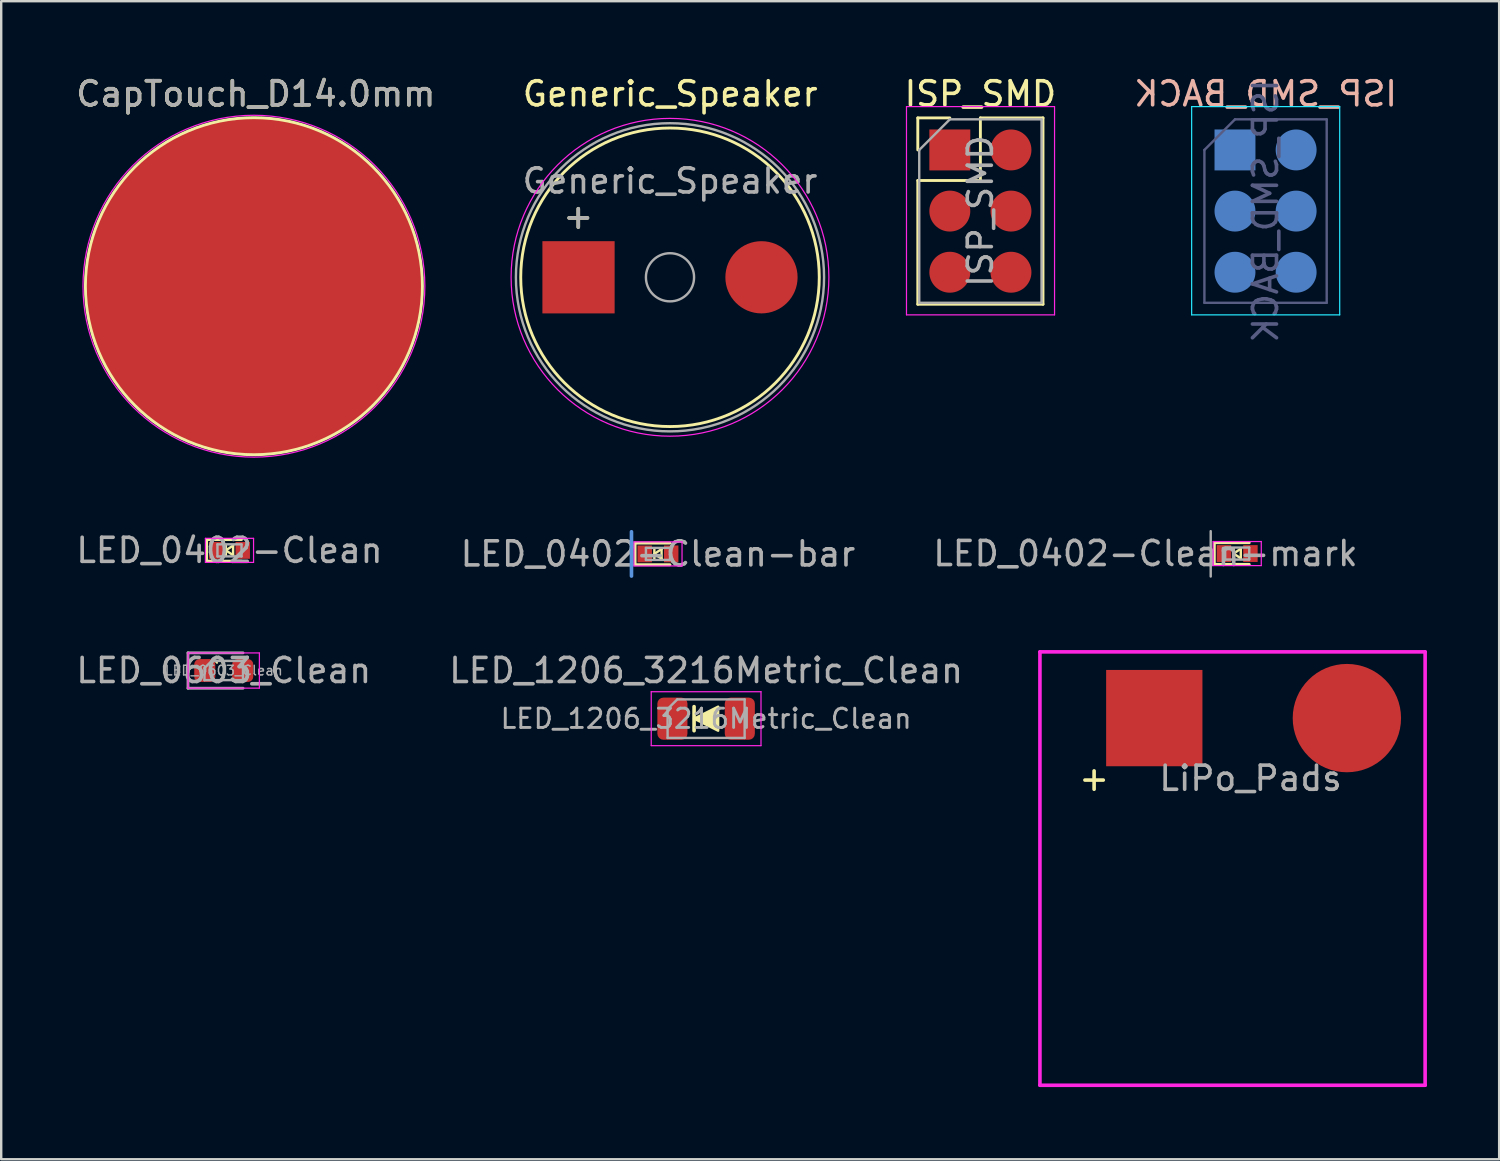
<source format=kicad_pcb>
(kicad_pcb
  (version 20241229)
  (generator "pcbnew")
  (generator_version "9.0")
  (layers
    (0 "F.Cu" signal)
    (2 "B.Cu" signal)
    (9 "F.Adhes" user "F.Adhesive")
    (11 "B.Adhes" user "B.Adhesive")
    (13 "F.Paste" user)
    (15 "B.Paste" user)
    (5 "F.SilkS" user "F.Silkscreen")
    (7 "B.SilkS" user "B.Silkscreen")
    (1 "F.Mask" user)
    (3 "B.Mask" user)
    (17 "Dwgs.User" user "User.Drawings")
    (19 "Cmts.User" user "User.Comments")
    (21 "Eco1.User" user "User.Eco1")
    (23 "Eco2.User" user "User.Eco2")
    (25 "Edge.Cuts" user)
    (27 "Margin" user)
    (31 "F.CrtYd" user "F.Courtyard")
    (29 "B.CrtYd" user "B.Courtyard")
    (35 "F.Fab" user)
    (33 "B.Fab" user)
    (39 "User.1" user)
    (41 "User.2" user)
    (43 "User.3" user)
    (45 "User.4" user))
  (footprint "LED_0603_Clean"
    (layer "F.Cu")
    (at 6.244 24.802)
    (property "Reference" "LED_0603_Clean" (at 0 0 0) (layer "F.Fab") (effects (font (size 1 1) (thickness 0.15))))
    (attr smd)
    (fp_line (start -1.48 -0.73) (end 1.48 -0.73) (stroke (width 0.05) (type solid)) (layer "F.CrtYd"))
    (fp_line (start -1.48 0.73) (end -1.48 -0.73) (stroke (width 0.05) (type solid)) (layer "F.CrtYd"))
    (fp_line (start 1.48 -0.73) (end 1.48 0.73) (stroke (width 0.05) (type solid)) (layer "F.CrtYd"))
    (fp_line (start 1.48 0.73) (end -1.48 0.73) (stroke (width 0.05) (type solid)) (layer "F.CrtYd"))
    (fp_line (start -1.485 -0.735) (end -1.485 0.735) (stroke (width 0.12) (type solid)) (layer "F.Fab"))
    (fp_line (start -1.485 0.735) (end 0.8 0.735) (stroke (width 0.12) (type solid)) (layer "F.Fab"))
    (fp_line (start -0.8 -0.1) (end -0.8 0.4) (stroke (width 0.1) (type solid)) (layer "F.Fab"))
    (fp_line (start -0.8 0.4) (end 0.8 0.4) (stroke (width 0.1) (type solid)) (layer "F.Fab"))
    (fp_line (start -0.5 -0.4) (end -0.8 -0.1) (stroke (width 0.1) (type solid)) (layer "F.Fab"))
    (fp_line (start 0.8 -0.735) (end -1.485 -0.735) (stroke (width 0.12) (type solid)) (layer "F.Fab"))
    (fp_line (start 0.8 -0.4) (end -0.5 -0.4) (stroke (width 0.1) (type solid)) (layer "F.Fab"))
    (fp_line (start 0.8 0.4) (end 0.8 -0.4) (stroke (width 0.1) (type solid)) (layer "F.Fab"))
    (fp_text user "1" (at -0.2 -0.4 90) (layer "F.SilkS") (effects (font (size 0.3 0.3) (thickness 0.075))))
    (fp_text user "${REFERENCE}" (at 0 0 0) (layer "F.Fab") (effects (font (size 0.4 0.4) (thickness 0.06))))
    (pad "1" smd roundrect (at -0.788 0) (size 0.875 0.95) (layers "F.Cu" "F.Mask" "F.Paste") (roundrect_rratio 0.25))
    (pad "2" smd roundrect (at 0.788 0) (size 0.875 0.95) (layers "F.Cu" "F.Mask" "F.Paste") (roundrect_rratio 0.25)))
  (footprint "LED_1206_3216Metric_Clean"
    (layer "F.Cu")
    (at 26.28 26.802)
    (property "Reference" "LED_1206_3216Metric_Clean" (at 0 -2 0) (layer "F.Fab") (effects (font (size 1 1) (thickness 0.15))))
    (attr smd)
    (fp_line (start -0.5 0.5) (end -0.5 -0.5) (stroke (width 0.15) (type solid)) (layer "F.SilkS"))
    (fp_poly (pts (xy 0.5 0.5) (xy 0.5 -0.5) (xy -0.5 0)) (stroke (width 0.1) (type solid)) (fill yes) (layer "F.SilkS"))
    (fp_line (start -2.28 -1.12) (end 2.28 -1.12) (stroke (width 0.05) (type solid)) (layer "F.CrtYd"))
    (fp_line (start -2.28 1.12) (end -2.28 -1.12) (stroke (width 0.05) (type solid)) (layer "F.CrtYd"))
    (fp_line (start 2.28 -1.12) (end 2.28 1.12) (stroke (width 0.05) (type solid)) (layer "F.CrtYd"))
    (fp_line (start 2.28 1.12) (end -2.28 1.12) (stroke (width 0.05) (type solid)) (layer "F.CrtYd"))
    (fp_line (start -1.6 -0.4) (end -1.6 0.8) (stroke (width 0.1) (type solid)) (layer "F.Fab"))
    (fp_line (start -1.6 0.8) (end 1.6 0.8) (stroke (width 0.1) (type solid)) (layer "F.Fab"))
    (fp_line (start -1.2 -0.8) (end -1.6 -0.4) (stroke (width 0.1) (type solid)) (layer "F.Fab"))
    (fp_line (start 1.6 -0.8) (end -1.2 -0.8) (stroke (width 0.1) (type solid)) (layer "F.Fab"))
    (fp_line (start 1.6 0.8) (end 1.6 -0.8) (stroke (width 0.1) (type solid)) (layer "F.Fab"))
    (fp_text user "${REFERENCE}" (at 0 0 0) (layer "F.Fab") (effects (font (size 0.8 0.8) (thickness 0.12))))
    (pad "1" smd roundrect (at -1.4 0) (size 1.25 1.75) (layers "F.Cu" "F.Mask" "F.Paste") (roundrect_rratio 0.2))
    (pad "2" smd roundrect (at 1.4 0) (size 1.25 1.75) (layers "F.Cu" "F.Mask" "F.Paste") (roundrect_rratio 0.2)))
  (footprint "ISP_SMD"
    (layer "F.Cu")
    (at 36.403 3.178)
    (property "Reference" "ISP_SMD" (at 1.27 -2.33 0) (layer "F.SilkS") (effects (font (size 1 1) (thickness 0.15))))
    (attr through_hole)
    (fp_line (start -1.33 -1.33) (end 0 -1.33) (stroke (width 0.12) (type solid)) (layer "F.SilkS"))
    (fp_line (start -1.33 0) (end -1.33 -1.33) (stroke (width 0.12) (type solid)) (layer "F.SilkS"))
    (fp_line (start -1.33 1.27) (end -1.33 6.41) (stroke (width 0.12) (type solid)) (layer "F.SilkS"))
    (fp_line (start -1.33 1.27) (end 1.27 1.27) (stroke (width 0.12) (type solid)) (layer "F.SilkS"))
    (fp_line (start -1.33 6.41) (end 3.87 6.41) (stroke (width 0.12) (type solid)) (layer "F.SilkS"))
    (fp_line (start 1.27 -1.33) (end 3.87 -1.33) (stroke (width 0.12) (type solid)) (layer "F.SilkS"))
    (fp_line (start 1.27 1.27) (end 1.27 -1.33) (stroke (width 0.12) (type solid)) (layer "F.SilkS"))
    (fp_line (start 3.87 -1.33) (end 3.87 6.41) (stroke (width 0.12) (type solid)) (layer "F.SilkS"))
    (fp_line (start -1.8 -1.8) (end -1.8 6.85) (stroke (width 0.05) (type solid)) (layer "F.CrtYd"))
    (fp_line (start -1.8 6.85) (end 4.35 6.85) (stroke (width 0.05) (type solid)) (layer "F.CrtYd"))
    (fp_line (start 4.35 -1.8) (end -1.8 -1.8) (stroke (width 0.05) (type solid)) (layer "F.CrtYd"))
    (fp_line (start 4.35 6.85) (end 4.35 -1.8) (stroke (width 0.05) (type solid)) (layer "F.CrtYd"))
    (fp_line (start -1.27 0) (end 0 -1.27) (stroke (width 0.1) (type solid)) (layer "F.Fab"))
    (fp_line (start -1.27 6.35) (end -1.27 0) (stroke (width 0.1) (type solid)) (layer "F.Fab"))
    (fp_line (start 0 -1.27) (end 3.81 -1.27) (stroke (width 0.1) (type solid)) (layer "F.Fab"))
    (fp_line (start 3.81 -1.27) (end 3.81 6.35) (stroke (width 0.1) (type solid)) (layer "F.Fab"))
    (fp_line (start 3.81 6.35) (end -1.27 6.35) (stroke (width 0.1) (type solid)) (layer "F.Fab"))
    (fp_text user "${REFERENCE}" (at 1.27 2.54 90) (layer "F.Fab") (effects (font (size 1 1) (thickness 0.15))))
    (pad "1" smd rect (at 0 0) (size 1.7 1.7) (layers "F.Cu" "F.Mask" "F.Paste"))
    (pad "2" smd oval (at 2.54 0) (size 1.7 1.7) (layers "F.Cu" "F.Mask" "F.Paste"))
    (pad "3" smd oval (at 0 2.54) (size 1.7 1.7) (layers "F.Cu" "F.Mask" "F.Paste"))
    (pad "4" smd oval (at 2.54 2.54) (size 1.7 1.7) (layers "F.Cu" "F.Mask" "F.Paste"))
    (pad "5" smd oval (at 0 5.08) (size 1.7 1.7) (layers "F.Cu" "F.Mask" "F.Paste"))
    (pad "6" smd oval (at 2.54 5.08) (size 1.7 1.7) (layers "F.Cu" "F.Mask" "F.Paste")))
  (footprint "CapTouch_D14.0mm"
    (layer "F.Cu")
    (at 7.497 8.838)
    (property "Reference" "CapTouch_D14.0mm" (at 0.08 -7.99 0) (layer "F.SilkS") (effects (font (size 1 1) (thickness 0.15))))
    (attr exclude_from_pos_files exclude_from_bom)
    (fp_circle (center 0 0) (end 7 0) (stroke (width 0.12) (type solid)) (fill no) (layer "F.SilkS"))
    (fp_circle (center 0 0) (end 7.1 0) (stroke (width 0.05) (type solid)) (fill no) (layer "F.CrtYd"))
    (fp_text user "${REFERENCE}" (at 0.08 -7.99 0) (layer "F.Fab") (effects (font (size 1 1) (thickness 0.15))))
    (pad "1" smd circle (at 0 0) (size 14 14) (layers "F.Cu")))
  (footprint "LiPo_Pads"
    (layer "F.Cu")
    (at 48.896 26.778)
    (property "Reference" "LiPo_Pads" (at 0 2.5 0) (layer "F.Fab") (effects (font (size 1 1) (thickness 0.15))))
    (attr through_hole)
    (fp_line (start -8.75 -2.75) (end -8.75 15.25) (stroke (width 0.15) (type solid)) (layer "F.CrtYd"))
    (fp_line (start -8.75 15.25) (end 7.25 15.25) (stroke (width 0.15) (type solid)) (layer "F.CrtYd"))
    (fp_line (start 7.25 -2.75) (end -8.75 -2.75) (stroke (width 0.15) (type solid)) (layer "F.CrtYd"))
    (fp_line (start 7.25 15.25) (end 7.25 -2.75) (stroke (width 0.15) (type solid)) (layer "F.CrtYd"))
    (fp_text user "+" (at -6.5 2.5 0) (layer "F.SilkS") (effects (font (size 1 1) (thickness 0.15))))
    (pad "1" smd rect (at -4 0) (size 4 4) (layers "F.Cu" "F.Mask" "F.Paste"))
    (pad "2" smd circle (at 4 0) (size 4.5 4.5) (layers "F.Cu" "F.Mask" "F.Paste")))
  (footprint "LED_0402-Clean-mark"
    (layer "F.Cu")
    (at 48.34 19.943)
    (property "Reference" "LED_0402-Clean-mark" (at -3.81 0 180) (layer "F.Fab") (effects (font (size 1 1) (thickness 0.15))))
    (attr smd)
    (fp_line (start -0.95 -0.45) (end -0.95 0.45) (stroke (width 0.12) (type solid)) (layer "F.SilkS"))
    (fp_line (start -0.95 -0.45) (end 0.5 -0.45) (stroke (width 0.12) (type solid)) (layer "F.SilkS"))
    (fp_line (start -0.95 0.45) (end 0.5 0.45) (stroke (width 0.12) (type solid)) (layer "F.SilkS"))
    (fp_line (start -0.15 -0.2) (end -0.15 0.2) (stroke (width 0.1) (type solid)) (layer "F.SilkS"))
    (fp_line (start -0.15 0) (end 0.15 -0.2) (stroke (width 0.1) (type solid)) (layer "F.SilkS"))
    (fp_line (start 0.15 -0.2) (end 0.15 0.2) (stroke (width 0.1) (type solid)) (layer "F.SilkS"))
    (fp_line (start 0.15 0.2) (end -0.15 0) (stroke (width 0.1) (type solid)) (layer "F.SilkS"))
    (fp_line (start -1 -0.5) (end 1 -0.5) (stroke (width 0.05) (type solid)) (layer "F.CrtYd"))
    (fp_line (start -1 0.5) (end -1 -0.5) (stroke (width 0.05) (type solid)) (layer "F.CrtYd"))
    (fp_line (start 1 -0.5) (end 1 0.5) (stroke (width 0.05) (type solid)) (layer "F.CrtYd"))
    (fp_line (start 1 0.5) (end -1 0.5) (stroke (width 0.05) (type solid)) (layer "F.CrtYd"))
    (fp_line (start -1.1 -0.93) (end -1.1 0.954) (stroke (width 0.1) (type solid)) (layer "F.Fab"))
    (fp_line (start -0.5 -0.25) (end 0.5 -0.25) (stroke (width 0.1) (type solid)) (layer "F.Fab"))
    (fp_line (start -0.5 0.25) (end -0.5 -0.25) (stroke (width 0.1) (type solid)) (layer "F.Fab"))
    (fp_line (start 0.5 -0.25) (end 0.5 0.25) (stroke (width 0.1) (type solid)) (layer "F.Fab"))
    (fp_line (start 0.5 0.25) (end -0.5 0.25) (stroke (width 0.1) (type solid)) (layer "F.Fab"))
    (pad "1" smd rect (at -0.55 0 180) (size 0.6 0.7) (layers "F.Cu" "F.Mask" "F.Paste"))
    (pad "2" smd rect (at 0.55 0 180) (size 0.6 0.7) (layers "F.Cu" "F.Mask" "F.Paste")))
  (footprint "ISP_SMD_BACK"
    (layer "F.Cu")
    (at 48.248 3.178)
    (property "Reference" "ISP_SMD_BACK" (at 1.27 -2.33 0) (layer "B.SilkS") (effects (font (size 1 1) (thickness 0.15)) (justify mirror)))
    (attr through_hole)
    (fp_line (start -1.8 -1.8) (end -1.8 6.85) (stroke (width 0.05) (type solid)) (layer "B.CrtYd"))
    (fp_line (start -1.8 6.85) (end 4.35 6.85) (stroke (width 0.05) (type solid)) (layer "B.CrtYd"))
    (fp_line (start 4.35 -1.8) (end -1.8 -1.8) (stroke (width 0.05) (type solid)) (layer "B.CrtYd"))
    (fp_line (start 4.35 6.85) (end 4.35 -1.8) (stroke (width 0.05) (type solid)) (layer "B.CrtYd"))
    (fp_line (start -1.27 0) (end 0 -1.27) (stroke (width 0.1) (type solid)) (layer "B.Fab"))
    (fp_line (start -1.27 6.35) (end -1.27 0) (stroke (width 0.1) (type solid)) (layer "B.Fab"))
    (fp_line (start 0 -1.27) (end 3.81 -1.27) (stroke (width 0.1) (type solid)) (layer "B.Fab"))
    (fp_line (start 3.81 -1.27) (end 3.81 6.35) (stroke (width 0.1) (type solid)) (layer "B.Fab"))
    (fp_line (start 3.81 6.35) (end -1.27 6.35) (stroke (width 0.1) (type solid)) (layer "B.Fab"))
    (fp_text user "${REFERENCE}" (at 1.27 2.54 90) (layer "B.Fab") (effects (font (size 1 1) (thickness 0.15)) (justify mirror)))
    (pad "1" smd rect (at 0 0) (size 1.7 1.7) (layers "B.Cu" "B.Mask" "B.Paste"))
    (pad "2" smd oval (at 2.54 0) (size 1.7 1.7) (layers "B.Cu" "B.Mask" "B.Paste"))
    (pad "3" smd oval (at 0 2.54) (size 1.7 1.7) (layers "B.Cu" "B.Mask" "B.Paste"))
    (pad "4" smd oval (at 2.54 2.54) (size 1.7 1.7) (layers "B.Cu" "B.Mask" "B.Paste"))
    (pad "5" smd oval (at 0 5.08) (size 1.7 1.7) (layers "B.Cu" "B.Mask" "B.Paste"))
    (pad "6" smd oval (at 2.54 5.08) (size 1.7 1.7) (layers "B.Cu" "B.Mask" "B.Paste")))
  (footprint "Generic_Speaker"
    (layer "F.Cu")
    (at 20.98 8.468)
    (property "Reference" "Generic_Speaker" (at 3.81 -7.62 0) (layer "F.SilkS") (effects (font (size 1 1) (thickness 0.15))))
    (attr through_hole)
    (fp_circle (center 3.8 0) (end 10 0) (stroke (width 0.12) (type solid)) (fill no) (layer "F.SilkS"))
    (fp_circle (center 3.8 0) (end 10.4 0) (stroke (width 0.05) (type solid)) (fill no) (layer "F.CrtYd"))
    (fp_circle (center 3.8 0) (end 4.8 0) (stroke (width 0.1) (type solid)) (fill no) (layer "F.Fab"))
    (fp_circle (center 3.8 0) (end 10.2 0) (stroke (width 0.1) (type solid)) (fill no) (layer "F.Fab"))
    (fp_text user "+" (at -0.01 -2.54 0) (layer "F.SilkS") (effects (font (size 1 1) (thickness 0.15))))
    (fp_text user "${REFERENCE}" (at 3.8 -4 0) (layer "F.Fab") (effects (font (size 1 1) (thickness 0.15))))
    (fp_text user "+" (at -0.01 -2.54 0) (layer "F.Fab") (effects (font (size 1 1) (thickness 0.15))))
    (pad "1" smd rect (at 0 0) (size 3 3) (layers "F.Cu" "F.Mask" "F.Paste"))
    (pad "2" smd circle (at 7.6 0) (size 3 3) (layers "F.Cu" "F.Mask" "F.Paste")))
  (footprint "LED_0402-Clean-bar"
    (layer "F.Cu")
    (at 24.28 19.958)
    (property "Reference" "LED_0402-Clean-bar" (at 0 0 0) (layer "F.Fab") (effects (font (size 1 1) (thickness 0.15))))
    (attr smd)
    (fp_line (start -0.95 -0.45) (end -0.95 0.45) (stroke (width 0.12) (type solid)) (layer "F.SilkS"))
    (fp_line (start -0.95 -0.45) (end 0.5 -0.45) (stroke (width 0.12) (type solid)) (layer "F.SilkS"))
    (fp_line (start -0.95 0.45) (end 0.5 0.45) (stroke (width 0.12) (type solid)) (layer "F.SilkS"))
    (fp_line (start -0.15 -0.2) (end -0.15 0.2) (stroke (width 0.1) (type solid)) (layer "F.SilkS"))
    (fp_line (start -0.15 0) (end 0.15 -0.2) (stroke (width 0.1) (type solid)) (layer "F.SilkS"))
    (fp_line (start 0.15 -0.2) (end 0.15 0.2) (stroke (width 0.1) (type solid)) (layer "F.SilkS"))
    (fp_line (start 0.15 0.2) (end -0.15 0) (stroke (width 0.1) (type solid)) (layer "F.SilkS"))
    (fp_line (start -1.1 -0.92) (end -1.1 0.92) (stroke (width 0.15) (type solid)) (layer "Cmts.User"))
    (fp_line (start -1 -0.5) (end 1 -0.5) (stroke (width 0.05) (type solid)) (layer "F.CrtYd"))
    (fp_line (start -1 0.5) (end -1 -0.5) (stroke (width 0.05) (type solid)) (layer "F.CrtYd"))
    (fp_line (start 1 -0.5) (end 1 0.5) (stroke (width 0.05) (type solid)) (layer "F.CrtYd"))
    (fp_line (start 1 0.5) (end -1 0.5) (stroke (width 0.05) (type solid)) (layer "F.CrtYd"))
    (fp_line (start -0.5 -0.25) (end 0.5 -0.25) (stroke (width 0.1) (type solid)) (layer "F.Fab"))
    (fp_line (start -0.5 0.25) (end -0.5 -0.25) (stroke (width 0.1) (type solid)) (layer "F.Fab"))
    (fp_line (start 0.5 -0.25) (end 0.5 0.25) (stroke (width 0.1) (type solid)) (layer "F.Fab"))
    (fp_line (start 0.5 0.25) (end -0.5 0.25) (stroke (width 0.1) (type solid)) (layer "F.Fab"))
    (pad "1" smd rect (at -0.55 0 180) (size 0.6 0.7) (layers "F.Cu" "F.Mask" "F.Paste"))
    (pad "2" smd rect (at 0.55 0 180) (size 0.6 0.7) (layers "F.Cu" "F.Mask" "F.Paste")))
  (footprint "LED_0402-Clean"
    (layer "F.Cu")
    (at 6.482 19.811)
    (property "Reference" "LED_0402-Clean" (at 0 0 0) (layer "F.Fab") (effects (font (size 1 1) (thickness 0.15))))
    (attr smd)
    (fp_line (start -0.95 -0.45) (end -0.95 0.45) (stroke (width 0.12) (type solid)) (layer "F.SilkS"))
    (fp_line (start -0.95 -0.45) (end 0.5 -0.45) (stroke (width 0.12) (type solid)) (layer "F.SilkS"))
    (fp_line (start -0.95 0.45) (end 0.5 0.45) (stroke (width 0.12) (type solid)) (layer "F.SilkS"))
    (fp_line (start -0.15 -0.2) (end -0.15 0.2) (stroke (width 0.1) (type solid)) (layer "F.SilkS"))
    (fp_line (start -0.15 0) (end 0.15 -0.2) (stroke (width 0.1) (type solid)) (layer "F.SilkS"))
    (fp_line (start 0.15 -0.2) (end 0.15 0.2) (stroke (width 0.1) (type solid)) (layer "F.SilkS"))
    (fp_line (start 0.15 0.2) (end -0.15 0) (stroke (width 0.1) (type solid)) (layer "F.SilkS"))
    (fp_line (start -1 -0.5) (end 1 -0.5) (stroke (width 0.05) (type solid)) (layer "F.CrtYd"))
    (fp_line (start -1 0.5) (end -1 -0.5) (stroke (width 0.05) (type solid)) (layer "F.CrtYd"))
    (fp_line (start 1 -0.5) (end 1 0.5) (stroke (width 0.05) (type solid)) (layer "F.CrtYd"))
    (fp_line (start 1 0.5) (end -1 0.5) (stroke (width 0.05) (type solid)) (layer "F.CrtYd"))
    (fp_line (start -0.5 -0.25) (end 0.5 -0.25) (stroke (width 0.1) (type solid)) (layer "F.Fab"))
    (fp_line (start -0.5 0.25) (end -0.5 -0.25) (stroke (width 0.1) (type solid)) (layer "F.Fab"))
    (fp_line (start 0.5 -0.25) (end 0.5 0.25) (stroke (width 0.1) (type solid)) (layer "F.Fab"))
    (fp_line (start 0.5 0.25) (end -0.5 0.25) (stroke (width 0.1) (type solid)) (layer "F.Fab"))
    (pad "1" smd rect (at -0.55 0 180) (size 0.6 0.7) (layers "F.Cu" "F.Mask" "F.Paste"))
    (pad "2" smd rect (at 0.55 0 180) (size 0.6 0.7) (layers "F.Cu" "F.Mask" "F.Paste")))
  (gr_rect
    (start -3 -3)
    (end 59.221 45.103)
    (stroke (width 0.1) (type default))
    (fill no)
    (layer "Edge.Cuts")))
</source>
